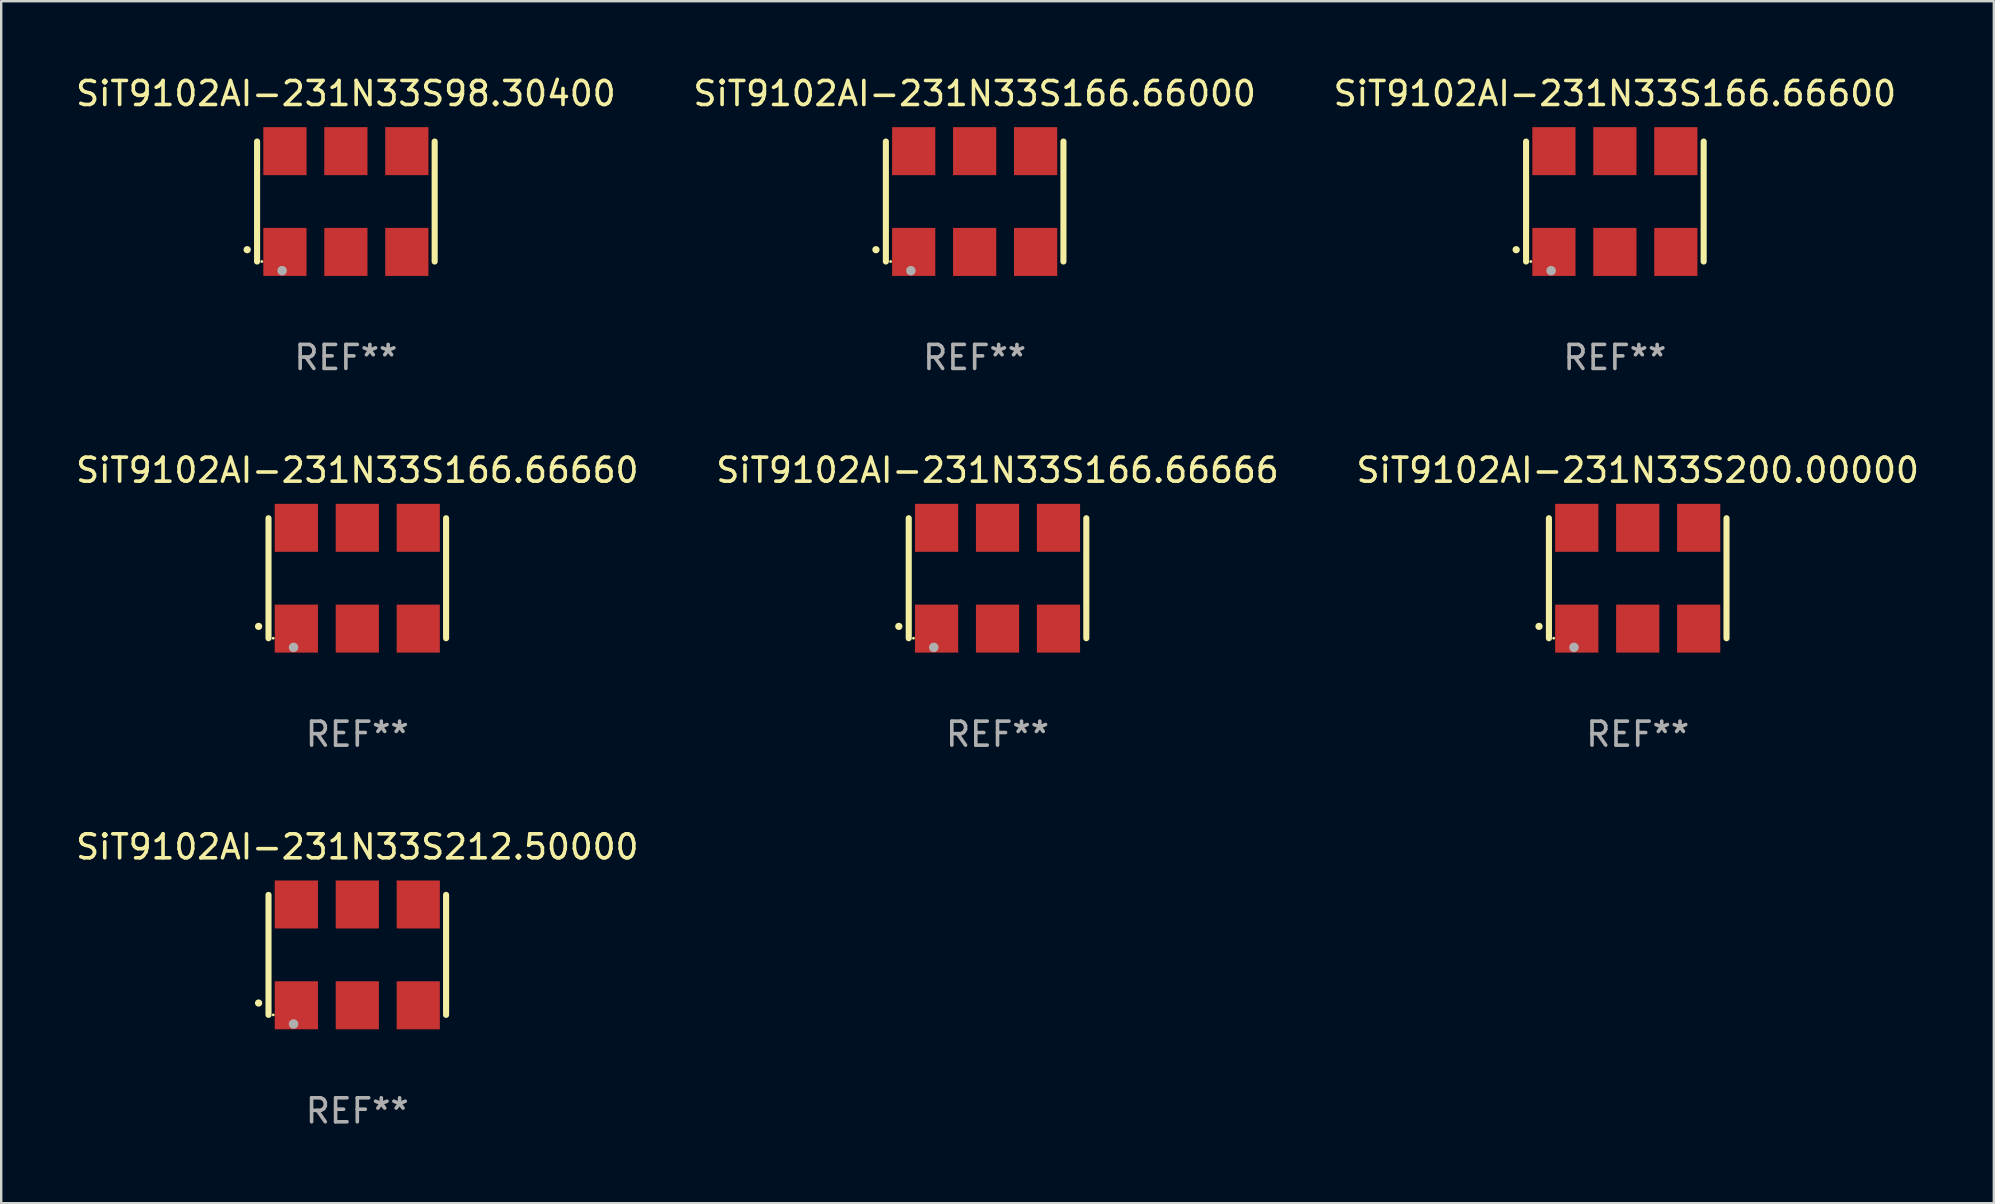
<source format=kicad_pcb>
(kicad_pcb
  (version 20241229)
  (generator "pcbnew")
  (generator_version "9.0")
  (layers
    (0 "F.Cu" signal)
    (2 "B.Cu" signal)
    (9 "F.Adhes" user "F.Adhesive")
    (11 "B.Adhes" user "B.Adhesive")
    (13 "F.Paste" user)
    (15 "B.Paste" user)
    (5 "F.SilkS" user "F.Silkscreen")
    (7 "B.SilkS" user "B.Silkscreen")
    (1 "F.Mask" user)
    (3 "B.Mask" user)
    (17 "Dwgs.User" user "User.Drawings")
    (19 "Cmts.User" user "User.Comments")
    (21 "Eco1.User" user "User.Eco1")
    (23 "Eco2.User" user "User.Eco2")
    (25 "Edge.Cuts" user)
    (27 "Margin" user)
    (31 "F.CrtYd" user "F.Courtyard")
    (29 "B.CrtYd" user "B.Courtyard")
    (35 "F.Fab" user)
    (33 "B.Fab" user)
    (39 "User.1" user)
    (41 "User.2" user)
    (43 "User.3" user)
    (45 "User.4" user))
  (footprint "SiT9102AI-231N33S166.66660"
    (layer "F.Cu")
    (at 11.839 21.045)
    (property "Reference" "SiT9102AI-231N33S166.66660" (at 0 -4.5 0) (layer "F.SilkS") (effects (font (size 1 1) (thickness 0.15))))
    (attr through_hole)
    (fp_line (start -3.7 -2.5) (end -3.7 2.5) (stroke (width 0.254) (type solid)) (layer "F.SilkS"))
    (fp_line (start 3.7 -2.5) (end 3.7 2.5) (stroke (width 0.254) (type solid)) (layer "F.SilkS"))
    (fp_arc (start -4.114415 2.006604) (mid -4.113145 2.006599) (end -4.111875 2.006604) (stroke (width 0.3) (type solid)) (layer "F.SilkS"))
    (fp_circle (center -3.502 2.5) (end -3.472 2.5) (stroke (width 0.06) (type solid)) (fill no) (layer "F.SilkS"))
    (fp_circle (center -2.657 2.882) (end -2.557 2.882) (stroke (width 0.2) (type solid)) (fill no) (layer "F.Fab"))
    (fp_text user "REF**" (at 0 6.5 0) (layer "F.Fab") (effects (font (size 1 1) (thickness 0.15))))
    (pad "1" smd rect (at -2.54 2.1) (size 1.8 2) (layers "F.Cu" "F.Mask" "F.Paste"))
    (pad "2" smd rect (at 0.000394 2.1) (size 1.8 2) (layers "F.Cu" "F.Mask" "F.Paste"))
    (pad "3" smd rect (at 2.54 2.1) (size 1.8 2) (layers "F.Cu" "F.Mask" "F.Paste"))
    (pad "4" smd rect (at 2.54 -2.1) (size 1.8 2) (layers "F.Cu" "F.Mask" "F.Paste"))
    (pad "5" smd rect (at 0.000394 -2.1) (size 1.8 2) (layers "F.Cu" "F.Mask" "F.Paste"))
    (pad "6" smd rect (at -2.54 -2.1) (size 1.8 2) (layers "F.Cu" "F.Mask" "F.Paste")))
  (footprint "SiT9102AI-231N33S166.66666"
    (layer "F.Cu")
    (at 38.518 21.045)
    (property "Reference" "SiT9102AI-231N33S166.66666" (at 0 -4.5 0) (layer "F.SilkS") (effects (font (size 1 1) (thickness 0.15))))
    (attr through_hole)
    (fp_line (start -3.7 -2.5) (end -3.7 2.5) (stroke (width 0.254) (type solid)) (layer "F.SilkS"))
    (fp_line (start 3.7 -2.5) (end 3.7 2.5) (stroke (width 0.254) (type solid)) (layer "F.SilkS"))
    (fp_arc (start -4.114415 2.006604) (mid -4.113145 2.006599) (end -4.111875 2.006604) (stroke (width 0.3) (type solid)) (layer "F.SilkS"))
    (fp_circle (center -3.502 2.5) (end -3.472 2.5) (stroke (width 0.06) (type solid)) (fill no) (layer "F.SilkS"))
    (fp_circle (center -2.657 2.882) (end -2.557 2.882) (stroke (width 0.2) (type solid)) (fill no) (layer "F.Fab"))
    (fp_text user "REF**" (at 0 6.5 0) (layer "F.Fab") (effects (font (size 1 1) (thickness 0.15))))
    (pad "1" smd rect (at -2.54 2.1) (size 1.8 2) (layers "F.Cu" "F.Mask" "F.Paste"))
    (pad "2" smd rect (at 0.000394 2.1) (size 1.8 2) (layers "F.Cu" "F.Mask" "F.Paste"))
    (pad "3" smd rect (at 2.54 2.1) (size 1.8 2) (layers "F.Cu" "F.Mask" "F.Paste"))
    (pad "4" smd rect (at 2.54 -2.1) (size 1.8 2) (layers "F.Cu" "F.Mask" "F.Paste"))
    (pad "5" smd rect (at 0.000394 -2.1) (size 1.8 2) (layers "F.Cu" "F.Mask" "F.Paste"))
    (pad "6" smd rect (at -2.54 -2.1) (size 1.8 2) (layers "F.Cu" "F.Mask" "F.Paste")))
  (footprint "SiT9102AI-231N33S166.66600"
    (layer "F.Cu")
    (at 64.244 5.348)
    (property "Reference" "SiT9102AI-231N33S166.66600" (at 0 -4.5 0) (layer "F.SilkS") (effects (font (size 1 1) (thickness 0.15))))
    (attr through_hole)
    (fp_line (start -3.7 -2.5) (end -3.7 2.5) (stroke (width 0.254) (type solid)) (layer "F.SilkS"))
    (fp_line (start 3.7 -2.5) (end 3.7 2.5) (stroke (width 0.254) (type solid)) (layer "F.SilkS"))
    (fp_arc (start -4.114415 2.006604) (mid -4.113145 2.006599) (end -4.111875 2.006604) (stroke (width 0.3) (type solid)) (layer "F.SilkS"))
    (fp_circle (center -3.502 2.5) (end -3.472 2.5) (stroke (width 0.06) (type solid)) (fill no) (layer "F.SilkS"))
    (fp_circle (center -2.657 2.882) (end -2.557 2.882) (stroke (width 0.2) (type solid)) (fill no) (layer "F.Fab"))
    (fp_text user "REF**" (at 0 6.5 0) (layer "F.Fab") (effects (font (size 1 1) (thickness 0.15))))
    (pad "1" smd rect (at -2.54 2.1) (size 1.8 2) (layers "F.Cu" "F.Mask" "F.Paste"))
    (pad "2" smd rect (at 0.000394 2.1) (size 1.8 2) (layers "F.Cu" "F.Mask" "F.Paste"))
    (pad "3" smd rect (at 2.54 2.1) (size 1.8 2) (layers "F.Cu" "F.Mask" "F.Paste"))
    (pad "4" smd rect (at 2.54 -2.1) (size 1.8 2) (layers "F.Cu" "F.Mask" "F.Paste"))
    (pad "5" smd rect (at 0.000394 -2.1) (size 1.8 2) (layers "F.Cu" "F.Mask" "F.Paste"))
    (pad "6" smd rect (at -2.54 -2.1) (size 1.8 2) (layers "F.Cu" "F.Mask" "F.Paste")))
  (footprint "SiT9102AI-231N33S166.66000"
    (layer "F.Cu")
    (at 37.565 5.348)
    (property "Reference" "SiT9102AI-231N33S166.66000" (at 0 -4.5 0) (layer "F.SilkS") (effects (font (size 1 1) (thickness 0.15))))
    (attr through_hole)
    (fp_line (start -3.7 -2.5) (end -3.7 2.5) (stroke (width 0.254) (type solid)) (layer "F.SilkS"))
    (fp_line (start 3.7 -2.5) (end 3.7 2.5) (stroke (width 0.254) (type solid)) (layer "F.SilkS"))
    (fp_arc (start -4.114415 2.006604) (mid -4.113145 2.006599) (end -4.111875 2.006604) (stroke (width 0.3) (type solid)) (layer "F.SilkS"))
    (fp_circle (center -3.502 2.5) (end -3.472 2.5) (stroke (width 0.06) (type solid)) (fill no) (layer "F.SilkS"))
    (fp_circle (center -2.657 2.882) (end -2.557 2.882) (stroke (width 0.2) (type solid)) (fill no) (layer "F.Fab"))
    (fp_text user "REF**" (at 0 6.5 0) (layer "F.Fab") (effects (font (size 1 1) (thickness 0.15))))
    (pad "1" smd rect (at -2.54 2.1) (size 1.8 2) (layers "F.Cu" "F.Mask" "F.Paste"))
    (pad "2" smd rect (at 0.000394 2.1) (size 1.8 2) (layers "F.Cu" "F.Mask" "F.Paste"))
    (pad "3" smd rect (at 2.54 2.1) (size 1.8 2) (layers "F.Cu" "F.Mask" "F.Paste"))
    (pad "4" smd rect (at 2.54 -2.1) (size 1.8 2) (layers "F.Cu" "F.Mask" "F.Paste"))
    (pad "5" smd rect (at 0.000394 -2.1) (size 1.8 2) (layers "F.Cu" "F.Mask" "F.Paste"))
    (pad "6" smd rect (at -2.54 -2.1) (size 1.8 2) (layers "F.Cu" "F.Mask" "F.Paste")))
  (footprint "SiT9102AI-231N33S98.30400"
    (layer "F.Cu")
    (at 11.363 5.348)
    (property "Reference" "SiT9102AI-231N33S98.30400" (at 0 -4.5 0) (layer "F.SilkS") (effects (font (size 1 1) (thickness 0.15))))
    (attr through_hole)
    (fp_line (start -3.7 -2.5) (end -3.7 2.5) (stroke (width 0.254) (type solid)) (layer "F.SilkS"))
    (fp_line (start 3.7 -2.5) (end 3.7 2.5) (stroke (width 0.254) (type solid)) (layer "F.SilkS"))
    (fp_arc (start -4.114415 2.006604) (mid -4.113145 2.006599) (end -4.111875 2.006604) (stroke (width 0.3) (type solid)) (layer "F.SilkS"))
    (fp_circle (center -3.502 2.5) (end -3.472 2.5) (stroke (width 0.06) (type solid)) (fill no) (layer "F.SilkS"))
    (fp_circle (center -2.657 2.882) (end -2.557 2.882) (stroke (width 0.2) (type solid)) (fill no) (layer "F.Fab"))
    (fp_text user "REF**" (at 0 6.5 0) (layer "F.Fab") (effects (font (size 1 1) (thickness 0.15))))
    (pad "1" smd rect (at -2.54 2.1) (size 1.8 2) (layers "F.Cu" "F.Mask" "F.Paste"))
    (pad "2" smd rect (at 0.000394 2.1) (size 1.8 2) (layers "F.Cu" "F.Mask" "F.Paste"))
    (pad "3" smd rect (at 2.54 2.1) (size 1.8 2) (layers "F.Cu" "F.Mask" "F.Paste"))
    (pad "4" smd rect (at 2.54 -2.1) (size 1.8 2) (layers "F.Cu" "F.Mask" "F.Paste"))
    (pad "5" smd rect (at 0.000394 -2.1) (size 1.8 2) (layers "F.Cu" "F.Mask" "F.Paste"))
    (pad "6" smd rect (at -2.54 -2.1) (size 1.8 2) (layers "F.Cu" "F.Mask" "F.Paste")))
  (footprint "SiT9102AI-231N33S212.50000"
    (layer "F.Cu")
    (at 11.839 36.741)
    (property "Reference" "SiT9102AI-231N33S212.50000" (at 0 -4.5 0) (layer "F.SilkS") (effects (font (size 1 1) (thickness 0.15))))
    (attr through_hole)
    (fp_line (start -3.7 -2.5) (end -3.7 2.5) (stroke (width 0.254) (type solid)) (layer "F.SilkS"))
    (fp_line (start 3.7 -2.5) (end 3.7 2.5) (stroke (width 0.254) (type solid)) (layer "F.SilkS"))
    (fp_arc (start -4.114415 2.006604) (mid -4.113145 2.006599) (end -4.111875 2.006604) (stroke (width 0.3) (type solid)) (layer "F.SilkS"))
    (fp_circle (center -3.502 2.5) (end -3.472 2.5) (stroke (width 0.06) (type solid)) (fill no) (layer "F.SilkS"))
    (fp_circle (center -2.657 2.882) (end -2.557 2.882) (stroke (width 0.2) (type solid)) (fill no) (layer "F.Fab"))
    (fp_text user "REF**" (at 0 6.5 0) (layer "F.Fab") (effects (font (size 1 1) (thickness 0.15))))
    (pad "1" smd rect (at -2.54 2.1) (size 1.8 2) (layers "F.Cu" "F.Mask" "F.Paste"))
    (pad "2" smd rect (at 0.000394 2.1) (size 1.8 2) (layers "F.Cu" "F.Mask" "F.Paste"))
    (pad "3" smd rect (at 2.54 2.1) (size 1.8 2) (layers "F.Cu" "F.Mask" "F.Paste"))
    (pad "4" smd rect (at 2.54 -2.1) (size 1.8 2) (layers "F.Cu" "F.Mask" "F.Paste"))
    (pad "5" smd rect (at 0.000394 -2.1) (size 1.8 2) (layers "F.Cu" "F.Mask" "F.Paste"))
    (pad "6" smd rect (at -2.54 -2.1) (size 1.8 2) (layers "F.Cu" "F.Mask" "F.Paste")))
  (footprint "SiT9102AI-231N33S200.00000"
    (layer "F.Cu")
    (at 65.196 21.045)
    (property "Reference" "SiT9102AI-231N33S200.00000" (at 0 -4.5 0) (layer "F.SilkS") (effects (font (size 1 1) (thickness 0.15))))
    (attr through_hole)
    (fp_line (start -3.7 -2.5) (end -3.7 2.5) (stroke (width 0.254) (type solid)) (layer "F.SilkS"))
    (fp_line (start 3.7 -2.5) (end 3.7 2.5) (stroke (width 0.254) (type solid)) (layer "F.SilkS"))
    (fp_arc (start -4.114415 2.006604) (mid -4.113145 2.006599) (end -4.111875 2.006604) (stroke (width 0.3) (type solid)) (layer "F.SilkS"))
    (fp_circle (center -3.502 2.5) (end -3.472 2.5) (stroke (width 0.06) (type solid)) (fill no) (layer "F.SilkS"))
    (fp_circle (center -2.657 2.882) (end -2.557 2.882) (stroke (width 0.2) (type solid)) (fill no) (layer "F.Fab"))
    (fp_text user "REF**" (at 0 6.5 0) (layer "F.Fab") (effects (font (size 1 1) (thickness 0.15))))
    (pad "1" smd rect (at -2.54 2.1) (size 1.8 2) (layers "F.Cu" "F.Mask" "F.Paste"))
    (pad "2" smd rect (at 0.000394 2.1) (size 1.8 2) (layers "F.Cu" "F.Mask" "F.Paste"))
    (pad "3" smd rect (at 2.54 2.1) (size 1.8 2) (layers "F.Cu" "F.Mask" "F.Paste"))
    (pad "4" smd rect (at 2.54 -2.1) (size 1.8 2) (layers "F.Cu" "F.Mask" "F.Paste"))
    (pad "5" smd rect (at 0.000394 -2.1) (size 1.8 2) (layers "F.Cu" "F.Mask" "F.Paste"))
    (pad "6" smd rect (at -2.54 -2.1) (size 1.8 2) (layers "F.Cu" "F.Mask" "F.Paste")))
  (gr_rect
    (start -3 -3)
    (end 80.036 47.09)
    (stroke (width 0.1) (type default))
    (fill no)
    (layer "Edge.Cuts")))
</source>
